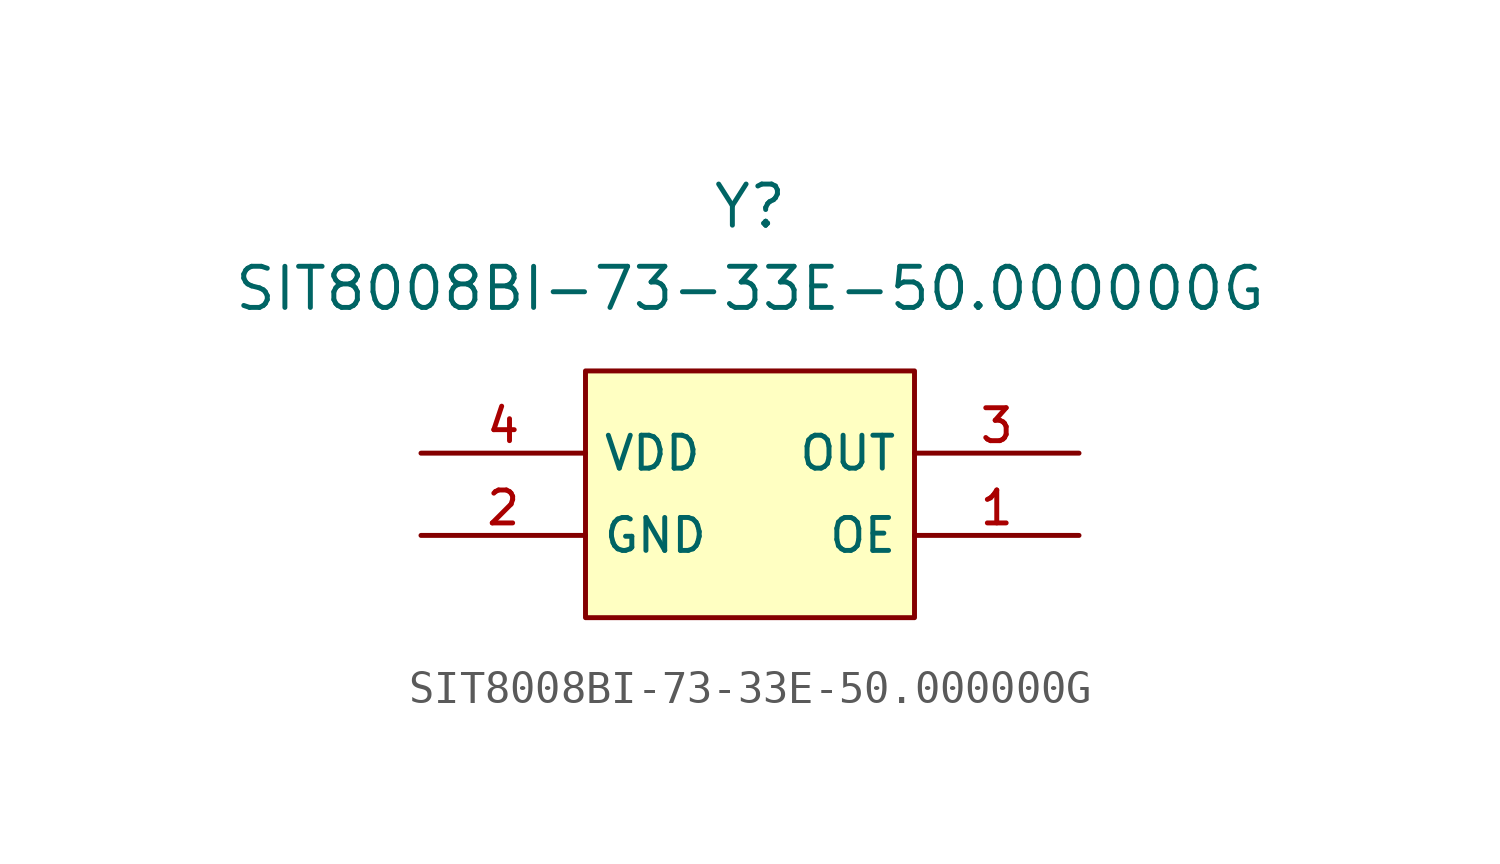
<source format=kicad_sym>
(kicad_symbol_lib
  (version 20241209)
  (generator "kicad_symbol_editor")
  (generator_version "9.0")
  (symbol "SIT8008BI-73-33E-50.000000G"
    (property "Reference" "Y"
      (at 0 5.08 0)
      (effects (font (size 1.27 1.27))))
    (property "Value" "SIT8008BI-73-33E-50.000000G"
      (at 0 2.54 0)
      (effects (font (size 1.27 1.27))))
    (symbol "SIT8008BI-73-33E-50.000000G_1_1"
      (rectangle (start -5.08 0) (end 5.08 -7.62) (stroke (width 0) (type solid)) (fill (type background)))
      (pin power_in line (at -10.16 -2.54 0) (length 5.08) (name "VDD" (effects (font (size 1.016 1.016)))) (number "4" (effects (font (size 1.016 1.016)))))
      (pin passive line (at -10.16 -5.08 0) (length 5.08) (name "GND" (effects (font (size 1.016 1.016)))) (number "2" (effects (font (size 1.016 1.016)))))
      (pin output line (at 10.16 -2.54 180) (length 5.08) (name "OUT" (effects (font (size 1.016 1.016)))) (number "3" (effects (font (size 1.016 1.016)))))
      (pin input line (at 10.16 -5.08 180) (length 5.08) (name "OE" (effects (font (size 1.016 1.016)))) (number "1" (effects (font (size 1.016 1.016))))))))
</source>
